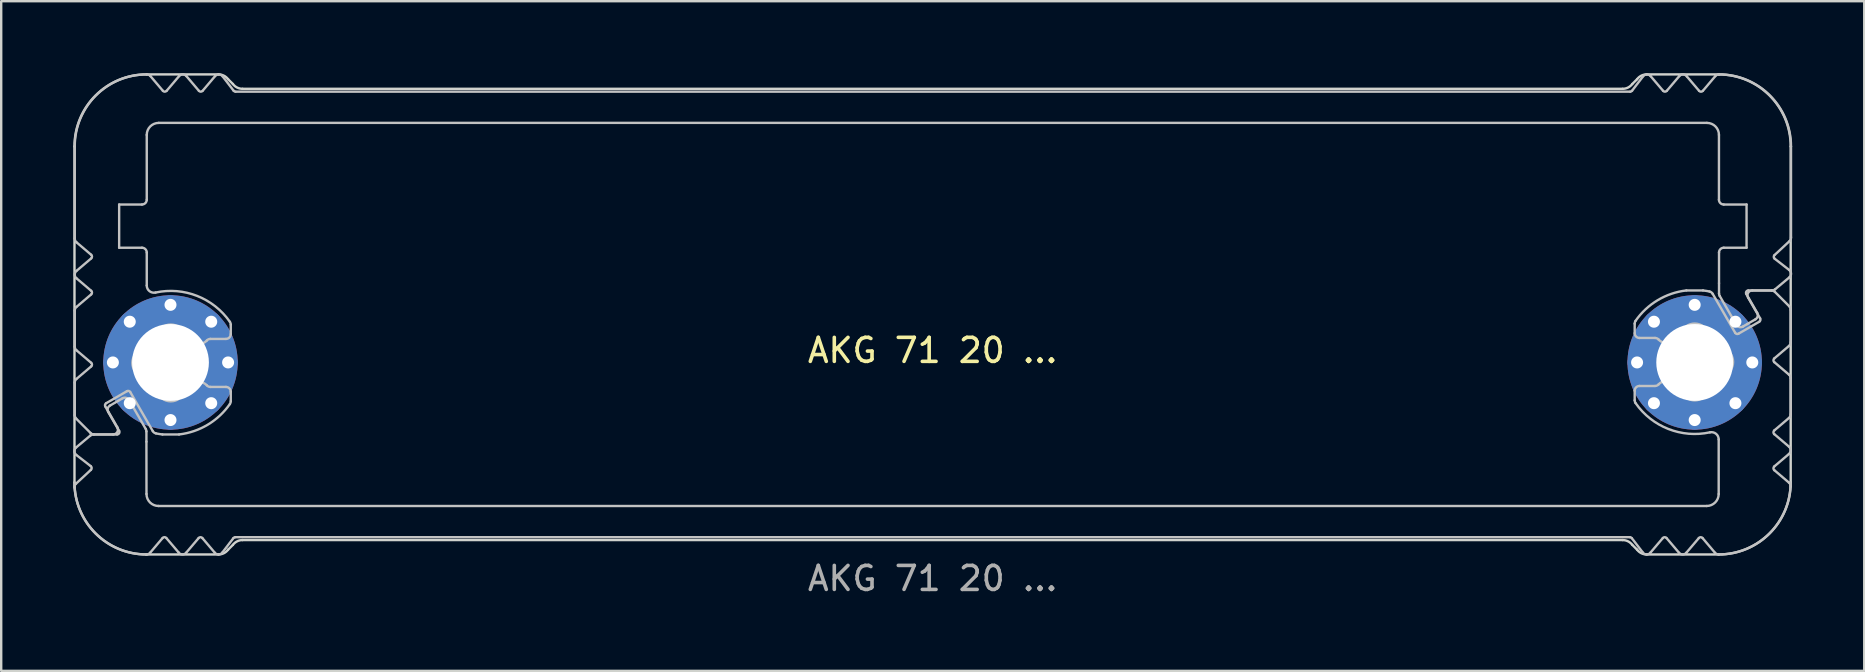
<source format=kicad_pcb>
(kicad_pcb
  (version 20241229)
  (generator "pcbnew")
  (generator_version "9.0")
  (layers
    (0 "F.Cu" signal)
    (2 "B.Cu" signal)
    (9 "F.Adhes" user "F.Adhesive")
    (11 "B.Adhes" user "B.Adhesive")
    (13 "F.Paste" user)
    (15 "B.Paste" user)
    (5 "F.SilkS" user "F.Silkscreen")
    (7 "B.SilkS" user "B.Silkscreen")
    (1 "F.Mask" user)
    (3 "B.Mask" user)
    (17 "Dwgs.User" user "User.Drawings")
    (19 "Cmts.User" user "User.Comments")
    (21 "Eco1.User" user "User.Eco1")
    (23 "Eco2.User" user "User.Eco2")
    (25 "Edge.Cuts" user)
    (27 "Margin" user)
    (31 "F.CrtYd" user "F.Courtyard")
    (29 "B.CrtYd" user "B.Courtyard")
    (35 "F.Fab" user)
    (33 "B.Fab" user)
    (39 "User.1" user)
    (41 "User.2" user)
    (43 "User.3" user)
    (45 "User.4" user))
  (footprint "AKG 71 20 ..."
    (layer "F.Cu")
    (at 35.803 12.05)
    (property "Reference" "AKG 71 20 ..." (at 0 -0.5 0) (unlocked yes) (layer "F.SilkS") (effects (font (size 1 1) (thickness 0.15))))
    (attr exclude_from_pos_files dnp)
    (fp_poly (pts (xy -29.15 -11.3) (xy -4.25 -11.3) (xy -4.25 -10) (xy -32.75 -10) (xy -32.75 -12) (xy -32.05 -11.2) (xy -31.3 -12) (xy -30.55 -11.2) (xy -29.8 -12)) (stroke (width 0.1) (type solid)) (fill yes) (layer "B.Mask"))
    (fp_poly (pts (xy -29.1 7.3) (xy -4.2 7.3) (xy -4.2 6) (xy -32.7 6) (xy -32.7 8) (xy -32 7.2) (xy -31.25 8) (xy -30.5 7.2) (xy -29.75 8)) (stroke (width 0.1) (type solid)) (fill yes) (layer "B.Mask"))
    (fp_poly (pts (xy 29.104 -11.3) (xy -4.296 -11.3) (xy -4.296 -10) (xy 32.704 -10) (xy 32.704 -12) (xy 32.004 -11.2) (xy 31.254 -12) (xy 30.504 -11.2) (xy 29.754 -12)) (stroke (width 0.1) (type solid)) (fill yes) (layer "B.Mask"))
    (fp_poly (pts (xy 29.104 7.3) (xy -4.296 7.3) (xy -4.296 6) (xy 32.704 6) (xy 32.704 8) (xy 32.004 7.2) (xy 31.254 8) (xy 30.504 7.2) (xy 29.754 8)) (stroke (width 0.1) (type solid)) (fill yes) (layer "B.Mask"))
    (fp_poly (pts (xy -32.796 6.7) (xy -32.796 4.7) (xy -32.796 0.1) (xy -34.896 0.1) (xy -35.696 0.8) (xy -35.696 2.2) (xy -34.896 3) (xy -35.696 3.7) (xy -34.896 4.4) (xy -35.696 5.1) (xy -35.696 8) (xy -32.796 8)) (stroke (width 0.1) (type solid)) (fill yes) (layer "B.Mask"))
    (fp_poly (pts (xy 32.804 6.7) (xy 32.804 4.7) (xy 32.804 -0.1) (xy 34.904 -0.1) (xy 35.704 0.6) (xy 35.704 2.2) (xy 34.804 2.9) (xy 35.704 3.7) (xy 34.904 4.4) (xy 35.704 5.1) (xy 35.704 8) (xy 32.804 8)) (stroke (width 0.1) (type solid)) (fill yes) (layer "B.Mask"))
    (fp_poly (pts (xy -32.796 -6.7) (xy -33.896 -6.7) (xy -33.896 -4.7) (xy -32.796 -4.7) (xy -32.796 0.1) (xy -34.896 0.1) (xy -35.696 -0.6) (xy -35.696 -2.2) (xy -34.796 -2.9) (xy -35.696 -3.7) (xy -34.896 -4.4) (xy -35.696 -5.1) (xy -35.696 -12) (xy -32.796 -12)) (stroke (width 0.1) (type solid)) (fill yes) (layer "B.Mask"))
    (fp_poly (pts (xy 32.804 -6.7) (xy 33.904 -6.7) (xy 33.904 -4.7) (xy 32.804 -4.7) (xy 32.804 -0.1) (xy 34.904 -0.1) (xy 35.704 -0.8) (xy 35.704 -2.2) (xy 34.904 -3) (xy 35.704 -3.7) (xy 34.904 -4.4) (xy 35.704 -5.1) (xy 35.704 -12) (xy 32.804 -12)) (stroke (width 0.1) (type solid)) (fill yes) (layer "B.Mask"))
    (fp_line (start -35.739 -0.66) (end -35.739 -2.16) (stroke (width 0.1) (type solid)) (layer "Dwgs.User"))
    (fp_line (start -35.739 2.197) (end -35.739 0.84) (stroke (width 0.1) (type solid)) (layer "Dwgs.User"))
    (fp_line (start -35.739 -5.171) (end -35.739 -9) (stroke (width 0.1) (type solid)) (layer "Dwgs.User"))
    (fp_line (start -35.689 5.053) (end -35.065 4.473) (stroke (width 0.1) (type solid)) (layer "Dwgs.User"))
    (fp_line (start -35.683 3.543) (end -35.089 3.046) (stroke (width 0.1) (type solid)) (layer "Dwgs.User"))
    (fp_line (start -35.669 -3.812) (end -35.055 -4.334) (stroke (width 0.1) (type solid)) (layer "Dwgs.User"))
    (fp_line (start -35.669 -2.312) (end -35.055 -2.834) (stroke (width 0.1) (type solid)) (layer "Dwgs.User"))
    (fp_line (start -35.669 0.688) (end -35.055 0.166) (stroke (width 0.1) (type solid)) (layer "Dwgs.User"))
    (fp_line (start -35.078 2.941) (end -35.681 2.339) (stroke (width 0.1) (type solid)) (layer "Dwgs.User"))
    (fp_line (start -35.072 4.321) (end -35.675 3.853) (stroke (width 0.1) (type solid)) (layer "Dwgs.User"))
    (fp_line (start -35.055 -4.486) (end -35.669 -5.008) (stroke (width 0.1) (type solid)) (layer "Dwgs.User"))
    (fp_line (start -35.055 -2.986) (end -35.669 -3.508) (stroke (width 0.1) (type solid)) (layer "Dwgs.User"))
    (fp_line (start -35.055 0.014) (end -35.669 -0.508) (stroke (width 0.1) (type solid)) (layer "Dwgs.User"))
    (fp_line (start -34.96 3) (end -33.977 3) (stroke (width 0.1) (type solid)) (layer "Dwgs.User"))
    (fp_line (start -34.466 1.834) (end -33.966 2.7) (stroke (width 0.1) (type solid)) (layer "Dwgs.User"))
    (fp_line (start -34.268 1.795) (end -33.933 1.602) (stroke (width 0.1) (type solid)) (layer "Dwgs.User"))
    (fp_line (start -34.139 3) (end -34.936 3) (stroke (width 0.1) (type solid)) (layer "Dwgs.User"))
    (fp_line (start -33.933 1.602) (end -33.749 1.495) (stroke (width 0.1) (type solid)) (layer "Dwgs.User"))
    (fp_line (start -33.89 2.85) (end -34.342 2.068) (stroke (width 0.1) (type solid)) (layer "Dwgs.User"))
    (fp_line (start -33.889 -6.58) (end -33.889 -4.78) (stroke (width 0.1) (type solid)) (layer "Dwgs.User"))
    (fp_line (start -33.889 -4.78) (end -32.939 -4.78) (stroke (width 0.1) (type solid)) (layer "Dwgs.User"))
    (fp_line (start -33.563 1.197) (end -34.429 1.697) (stroke (width 0.1) (type solid)) (layer "Dwgs.User"))
    (fp_line (start -33.475 1.568) (end -32.78 2.773) (stroke (width 0.1) (type solid)) (layer "Dwgs.User"))
    (fp_line (start -32.939 -6.58) (end -33.889 -6.58) (stroke (width 0.1) (type solid)) (layer "Dwgs.User"))
    (fp_line (start -32.753 2.873) (end -32.753 3.3) (stroke (width 0.1) (type solid)) (layer "Dwgs.User"))
    (fp_line (start -32.753 3.305) (end -32.75 5.48) (stroke (width 0.1) (type solid)) (layer "Dwgs.User"))
    (fp_line (start -32.752 8) (end -32.752 8) (stroke (width 0.1) (type solid)) (layer "Dwgs.User"))
    (fp_line (start -32.751 8) (end -32.752 8) (stroke (width 0.1) (type solid)) (layer "Dwgs.User"))
    (fp_line (start -32.739 -9.48) (end -32.739 -6.78) (stroke (width 0.1) (type solid)) (layer "Dwgs.User"))
    (fp_line (start -32.739 -4.58) (end -32.739 -3.205) (stroke (width 0.1) (type solid)) (layer "Dwgs.User"))
    (fp_line (start -32.586 -11.929) (end -32.065 -11.315) (stroke (width 0.1) (type solid)) (layer "Dwgs.User"))
    (fp_line (start -32.488 2.86) (end -33.427 1.234) (stroke (width 0.1) (type solid)) (layer "Dwgs.User"))
    (fp_line (start -32.25 5.98) (end 32.25 5.98) (stroke (width 0.1) (type solid)) (layer "Dwgs.User"))
    (fp_line (start -32.079 7.315) (end -32.599 7.929) (stroke (width 0.1) (type solid)) (layer "Dwgs.User"))
    (fp_line (start -31.913 -11.315) (end -31.392 -11.929) (stroke (width 0.1) (type solid)) (layer "Dwgs.User"))
    (fp_line (start -31.414 7.914) (end -31.924 7.315) (stroke (width 0.1) (type solid)) (layer "Dwgs.User"))
    (fp_line (start -31.393 3) (end -32.085 3) (stroke (width 0.1) (type solid)) (layer "Dwgs.User"))
    (fp_line (start -31.087 -11.929) (end -30.565 -11.315) (stroke (width 0.1) (type solid)) (layer "Dwgs.User"))
    (fp_line (start -30.576 7.315) (end -31.098 7.929) (stroke (width 0.1) (type solid)) (layer "Dwgs.User"))
    (fp_line (start -30.413 -11.315) (end -29.892 -11.929) (stroke (width 0.1) (type solid)) (layer "Dwgs.User"))
    (fp_line (start -30.088 1.02) (end -29.439 1.02) (stroke (width 0.1) (type solid)) (layer "Dwgs.User"))
    (fp_line (start -29.903 7.929) (end -30.424 7.315) (stroke (width 0.1) (type solid)) (layer "Dwgs.User"))
    (fp_line (start -29.58 -11.922) (end -29.119 -11.319) (stroke (width 0.1) (type solid)) (layer "Dwgs.User"))
    (fp_line (start -29.439 -0.98) (end -30.088 -0.98) (stroke (width 0.1) (type solid)) (layer "Dwgs.User"))
    (fp_line (start -29.239 -1.577) (end -29.239 -1.18) (stroke (width 0.1) (type solid)) (layer "Dwgs.User"))
    (fp_line (start -29.239 1.22) (end -29.239 1.617) (stroke (width 0.1) (type solid)) (layer "Dwgs.User"))
    (fp_line (start -29.129 7.319) (end -29.591 7.922) (stroke (width 0.1) (type solid)) (layer "Dwgs.User"))
    (fp_line (start -29.039 -11.28) (end 29.061 -11.28) (stroke (width 0.1) (type solid)) (layer "Dwgs.User"))
    (fp_line (start 29.05 7.28) (end -29.05 7.28) (stroke (width 0.1) (type solid)) (layer "Dwgs.User"))
    (fp_line (start 29.14 -11.319) (end 29.602 -11.922) (stroke (width 0.1) (type solid)) (layer "Dwgs.User"))
    (fp_line (start 29.25 -1.22) (end 29.25 -1.617) (stroke (width 0.1) (type solid)) (layer "Dwgs.User"))
    (fp_line (start 29.25 1.577) (end 29.25 1.18) (stroke (width 0.1) (type solid)) (layer "Dwgs.User"))
    (fp_line (start 29.45 0.98) (end 30.099 0.98) (stroke (width 0.1) (type solid)) (layer "Dwgs.User"))
    (fp_line (start 29.591 7.922) (end 29.129 7.319) (stroke (width 0.1) (type solid)) (layer "Dwgs.User"))
    (fp_line (start 29.913 -11.929) (end 30.435 -11.315) (stroke (width 0.1) (type solid)) (layer "Dwgs.User"))
    (fp_line (start 30.099 -1.02) (end 29.45 -1.02) (stroke (width 0.1) (type solid)) (layer "Dwgs.User"))
    (fp_line (start 30.424 7.315) (end 29.902 7.929) (stroke (width 0.1) (type solid)) (layer "Dwgs.User"))
    (fp_line (start 30.587 -11.315) (end 31.108 -11.929) (stroke (width 0.1) (type solid)) (layer "Dwgs.User"))
    (fp_line (start 31.097 7.929) (end 30.576 7.315) (stroke (width 0.1) (type solid)) (layer "Dwgs.User"))
    (fp_line (start 31.404 -3) (end 32.096 -3) (stroke (width 0.1) (type solid)) (layer "Dwgs.User"))
    (fp_line (start 31.425 -11.914) (end 31.935 -11.315) (stroke (width 0.1) (type solid)) (layer "Dwgs.User"))
    (fp_line (start 31.924 7.315) (end 31.402 7.929) (stroke (width 0.1) (type solid)) (layer "Dwgs.User"))
    (fp_line (start 32.09 -11.315) (end 32.61 -11.929) (stroke (width 0.1) (type solid)) (layer "Dwgs.User"))
    (fp_line (start 32.261 -9.98) (end -32.239 -9.98) (stroke (width 0.1) (type solid)) (layer "Dwgs.User"))
    (fp_line (start 32.499 -2.86) (end 33.438 -1.234) (stroke (width 0.1) (type solid)) (layer "Dwgs.User"))
    (fp_line (start 32.596 7.929) (end 32.076 7.315) (stroke (width 0.1) (type solid)) (layer "Dwgs.User"))
    (fp_line (start 32.75 5.48) (end 32.75 3.205) (stroke (width 0.1) (type solid)) (layer "Dwgs.User"))
    (fp_line (start 32.761 -6.78) (end 32.761 -9.48) (stroke (width 0.1) (type solid)) (layer "Dwgs.User"))
    (fp_line (start 32.762 -12) (end 32.762 -12) (stroke (width 0.1) (type solid)) (layer "Dwgs.User"))
    (fp_line (start 32.762 -12) (end 32.763 -12) (stroke (width 0.1) (type solid)) (layer "Dwgs.User"))
    (fp_line (start 32.764 -3.305) (end 32.764 -4.58) (stroke (width 0.1) (type solid)) (layer "Dwgs.User"))
    (fp_line (start 32.764 -2.873) (end 32.764 -3.3) (stroke (width 0.1) (type solid)) (layer "Dwgs.User"))
    (fp_line (start 32.964 -4.78) (end 33.911 -4.78) (stroke (width 0.1) (type solid)) (layer "Dwgs.User"))
    (fp_line (start 33.486 -1.568) (end 32.791 -2.773) (stroke (width 0.1) (type solid)) (layer "Dwgs.User"))
    (fp_line (start 33.574 -1.197) (end 34.44 -1.697) (stroke (width 0.1) (type solid)) (layer "Dwgs.User"))
    (fp_line (start 33.901 -2.85) (end 34.352 -2.068) (stroke (width 0.1) (type solid)) (layer "Dwgs.User"))
    (fp_line (start 33.911 -6.58) (end 32.961 -6.58) (stroke (width 0.1) (type solid)) (layer "Dwgs.User"))
    (fp_line (start 33.911 -4.78) (end 33.911 -6.58) (stroke (width 0.1) (type solid)) (layer "Dwgs.User"))
    (fp_line (start 33.944 -1.602) (end 33.759 -1.495) (stroke (width 0.1) (type solid)) (layer "Dwgs.User"))
    (fp_line (start 34.15 -3) (end 34.947 -3) (stroke (width 0.1) (type solid)) (layer "Dwgs.User"))
    (fp_line (start 34.279 -1.795) (end 33.944 -1.602) (stroke (width 0.1) (type solid)) (layer "Dwgs.User"))
    (fp_line (start 34.477 -1.834) (end 33.977 -2.7) (stroke (width 0.1) (type solid)) (layer "Dwgs.User"))
    (fp_line (start 34.971 -3) (end 33.988 -3) (stroke (width 0.1) (type solid)) (layer "Dwgs.User"))
    (fp_line (start 35.065 -0.014) (end 35.679 0.508) (stroke (width 0.1) (type solid)) (layer "Dwgs.User"))
    (fp_line (start 35.065 2.986) (end 35.679 3.508) (stroke (width 0.1) (type solid)) (layer "Dwgs.User"))
    (fp_line (start 35.065 4.486) (end 35.679 5.008) (stroke (width 0.1) (type solid)) (layer "Dwgs.User"))
    (fp_line (start 35.083 -4.321) (end 35.686 -3.853) (stroke (width 0.1) (type solid)) (layer "Dwgs.User"))
    (fp_line (start 35.089 -2.941) (end 35.691 -2.339) (stroke (width 0.1) (type solid)) (layer "Dwgs.User"))
    (fp_line (start 35.679 -0.688) (end 35.065 -0.166) (stroke (width 0.1) (type solid)) (layer "Dwgs.User"))
    (fp_line (start 35.679 2.312) (end 35.065 2.834) (stroke (width 0.1) (type solid)) (layer "Dwgs.User"))
    (fp_line (start 35.679 3.812) (end 35.065 4.334) (stroke (width 0.1) (type solid)) (layer "Dwgs.User"))
    (fp_line (start 35.693 -3.543) (end 35.099 -3.047) (stroke (width 0.1) (type solid)) (layer "Dwgs.User"))
    (fp_line (start 35.7 -5.053) (end 35.076 -4.473) (stroke (width 0.1) (type solid)) (layer "Dwgs.User"))
    (fp_line (start 35.75 -2.197) (end 35.75 -0.84) (stroke (width 0.1) (type solid)) (layer "Dwgs.User"))
    (fp_line (start 35.75 0.66) (end 35.75 2.16) (stroke (width 0.1) (type solid)) (layer "Dwgs.User"))
    (fp_line (start 35.763 -9) (end 35.763 -5.215) (stroke (width 0.1) (type solid)) (layer "Dwgs.User"))
    (fp_arc (start -35.752431 5.214496) (mid -35.73921 5.126511) (end -35.689103 5.05299) (stroke (width 0.1) (type solid)) (layer "Dwgs.User"))
    (fp_arc (start -35.73919 -2.16003) (mid -35.720691 -2.24403) (end -35.668628 -2.312496) (stroke (width 0.1) (type solid)) (layer "Dwgs.User"))
    (fp_arc (start -35.73919 0.83997) (mid -35.720691 0.75597) (end -35.668628 0.687504) (stroke (width 0.1) (type solid)) (layer "Dwgs.User"))
    (fp_arc (start -35.738629 -9.00003) (mid -34.859776 -11.121528) (end -32.738132 -12.00003) (stroke (width 0.1) (type solid)) (layer "Dwgs.User"))
    (fp_arc (start -35.680611 2.338548) (mid -35.723952 2.273658) (end -35.73919 2.197127) (stroke (width 0.1) (type solid)) (layer "Dwgs.User"))
    (fp_arc (start -35.675499 3.853059) (mid -35.752937 3.699538) (end -35.682592 3.542641) (stroke (width 0.1) (type solid)) (layer "Dwgs.User"))
    (fp_arc (start -35.668628 -5.007564) (mid -35.723021 -5.081251) (end -35.738863 -5.171459) (stroke (width 0.1) (type solid)) (layer "Dwgs.User"))
    (fp_arc (start -35.668628 -3.507564) (mid -35.739188 -3.66003) (end -35.668628 -3.812496) (stroke (width 0.1) (type solid)) (layer "Dwgs.User"))
    (fp_arc (start -35.668628 -0.507564) (mid -35.720694 -0.576029) (end -35.73919 -0.66003) (stroke (width 0.1) (type solid)) (layer "Dwgs.User"))
    (fp_arc (start -35.088668 3.046481) (mid -35.028648 3.011946) (end -34.960445 2.99997) (stroke (width 0.1) (type solid)) (layer "Dwgs.User"))
    (fp_arc (start -35.071739 4.320925) (mid -35.033088 4.395508) (end -35.064937 4.473239) (stroke (width 0.1) (type solid)) (layer "Dwgs.User"))
    (fp_arc (start -35.054583 -4.486263) (mid -35.019295 -4.41003) (end -35.054583 -4.333797) (stroke (width 0.1) (type solid)) (layer "Dwgs.User"))
    (fp_arc (start -35.054583 -2.986263) (mid -35.019295 -2.91003) (end -35.054583 -2.833797) (stroke (width 0.1) (type solid)) (layer "Dwgs.User"))
    (fp_arc (start -35.054583 0.013737) (mid -35.019295 0.08997) (end -35.054583 0.166203) (stroke (width 0.1) (type solid)) (layer "Dwgs.User"))
    (fp_arc (start -34.936347 2.99997) (mid -35.012877 2.984729) (end -35.077769 2.941391) (stroke (width 0.1) (type solid)) (layer "Dwgs.User"))
    (fp_arc (start -34.465985 1.833944) (mid -34.475952 1.758068) (end -34.429382 1.697342) (stroke (width 0.1) (type solid)) (layer "Dwgs.User"))
    (fp_arc (start -34.341514 2.068343) (mid -34.361468 1.916586) (end -34.268309 1.795138) (stroke (width 0.1) (type solid)) (layer "Dwgs.User"))
    (fp_arc (start -33.965985 2.69997) (mid -33.965978 2.899974) (end -34.13919 2.99997) (stroke (width 0.1) (type solid)) (layer "Dwgs.User"))
    (fp_arc (start -33.890241 2.84997) (mid -33.890233 2.949975) (end -33.976844 2.99997) (stroke (width 0.1) (type solid)) (layer "Dwgs.User"))
    (fp_arc (start -33.748694 1.495138) (mid -33.596932 1.475166) (end -33.475489 1.568343) (stroke (width 0.1) (type solid)) (layer "Dwgs.User"))
    (fp_arc (start -33.563357 1.197342) (mid -33.487485 1.187387) (end -33.426754 1.233944) (stroke (width 0.1) (type solid)) (layer "Dwgs.User"))
    (fp_arc (start -32.93919 -4.78003) (mid -32.797772 -4.721448) (end -32.73919 -4.58003) (stroke (width 0.1) (type solid)) (layer "Dwgs.User"))
    (fp_arc (start -32.90419 -0.556897) (mid -32.658426 -0.899266) (end -32.316057 -1.14503) (stroke (width 0.1) (type solid)) (layer "Dwgs.User"))
    (fp_arc (start -32.90419 0.596836) (mid -33.339189 0.01997) (end -32.90419 -0.556897) (stroke (width 0.1) (type solid)) (layer "Dwgs.User"))
    (fp_arc (start -32.779787 2.773333) (mid -32.759797 2.821567) (end -32.752992 2.873333) (stroke (width 0.1) (type solid)) (layer "Dwgs.User"))
    (fp_arc (start -32.751935 7.99997) (mid -34.873559 7.121448) (end -35.752431 4.99997) (stroke (width 0.1) (type solid)) (layer "Dwgs.User"))
    (fp_arc (start -32.73919 -9.48003) (mid -32.592738 -9.833578) (end -32.23919 -9.98003) (stroke (width 0.1) (type solid)) (layer "Dwgs.User"))
    (fp_arc (start -32.73919 -6.78003) (mid -32.797762 -6.638602) (end -32.93919 -6.58003) (stroke (width 0.1) (type solid)) (layer "Dwgs.User"))
    (fp_arc (start -32.738132 -12.00003) (mid -32.654059 -11.98147) (end -32.585563 -11.929306) (stroke (width 0.1) (type solid)) (layer "Dwgs.User"))
    (fp_arc (start -32.599192 7.929246) (mid -32.667408 7.9813) (end -32.751161 7.999969) (stroke (width 0.1) (type solid)) (layer "Dwgs.User"))
    (fp_arc (start -32.375554 -2.911761) (mid -32.627487 -2.97138) (end -32.73919 -3.204934) (stroke (width 0.1) (type solid)) (layer "Dwgs.User"))
    (fp_arc (start -32.375554 -2.911761) (mid -30.640142 -2.771458) (end -29.274904 -1.690965) (stroke (width 0.1) (type solid)) (layer "Dwgs.User"))
    (fp_arc (start -32.355732 2.955932) (mid -32.431984 2.922143) (end -32.487834 2.860201) (stroke (width 0.1) (type solid)) (layer "Dwgs.User"))
    (fp_arc (start -32.316057 -1.14503) (mid -31.73919 -1.58003) (end -31.162323 -1.14503) (stroke (width 0.1) (type solid)) (layer "Dwgs.User"))
    (fp_arc (start -32.316057 1.18497) (mid -32.65843 0.939209) (end -32.90419 0.596836) (stroke (width 0.1) (type solid)) (layer "Dwgs.User"))
    (fp_arc (start -32.250049 5.97997) (mid -32.603577 5.833498) (end -32.750049 5.47997) (stroke (width 0.1) (type solid)) (layer "Dwgs.User"))
    (fp_arc (start -32.085022 2.99997) (mid -32.220881 2.981048) (end -32.355732 2.955932) (stroke (width 0.1) (type solid)) (layer "Dwgs.User"))
    (fp_arc (start -32.079121 7.315332) (mid -32.001541 7.278264) (end -31.923885 7.315171) (stroke (width 0.1) (type solid)) (layer "Dwgs.User"))
    (fp_arc (start -31.912951 -11.315318) (mid -31.989181 -11.280019) (end -32.065417 -11.315305) (stroke (width 0.1) (type solid)) (layer "Dwgs.User"))
    (fp_arc (start -31.391667 -11.929455) (mid -31.23919 -12.000029) (end -31.086712 -11.929455) (stroke (width 0.1) (type solid)) (layer "Dwgs.User"))
    (fp_arc (start -31.162323 -1.14503) (mid -30.980199 -1.035459) (end -30.818362 -0.897677) (stroke (width 0.1) (type solid)) (layer "Dwgs.User"))
    (fp_arc (start -31.162323 1.18497) (mid -31.73919 1.61997) (end -32.316057 1.18497) (stroke (width 0.1) (type solid)) (layer "Dwgs.User"))
    (fp_arc (start -31.097571 7.929394) (mid -31.259557 7.999707) (end -31.414131 7.914325) (stroke (width 0.1) (type solid)) (layer "Dwgs.User"))
    (fp_arc (start -30.818362 0.937617) (mid -30.980203 1.075392) (end -31.162323 1.18497) (stroke (width 0.1) (type solid)) (layer "Dwgs.User"))
    (fp_arc (start -30.818362 0.937617) (mid -30.524243 0.820096) (end -30.236888 0.953303) (stroke (width 0.1) (type solid)) (layer "Dwgs.User"))
    (fp_arc (start -30.576288 7.315258) (mid -30.500049 7.27997) (end -30.42381 7.315258) (stroke (width 0.1) (type solid)) (layer "Dwgs.User"))
    (fp_arc (start -30.412951 -11.315318) (mid -30.48919 -11.28003) (end -30.565429 -11.315318) (stroke (width 0.1) (type solid)) (layer "Dwgs.User"))
    (fp_arc (start -30.236888 -0.913364) (mid -30.524244 -0.780195) (end -30.818362 -0.897677) (stroke (width 0.1) (type solid)) (layer "Dwgs.User"))
    (fp_arc (start -30.236888 -0.913364) (mid -30.169468 -0.962607) (end -30.087817 -0.98003) (stroke (width 0.1) (type solid)) (layer "Dwgs.User"))
    (fp_arc (start -30.087817 1.01997) (mid -30.169464 1.002537) (end -30.236888 0.953303) (stroke (width 0.1) (type solid)) (layer "Dwgs.User"))
    (fp_arc (start -29.891667 -11.929455) (mid -29.734216 -11.999958) (end -29.580466 -11.921713) (stroke (width 0.1) (type solid)) (layer "Dwgs.User"))
    (fp_arc (start -29.591325 7.921653) (mid -29.745076 7.999873) (end -29.902527 7.929394) (stroke (width 0.1) (type solid)) (layer "Dwgs.User"))
    (fp_arc (start -29.43919 1.01997) (mid -29.297772 1.078552) (end -29.23919 1.21997) (stroke (width 0.1) (type solid)) (layer "Dwgs.User"))
    (fp_arc (start -29.274904 -1.690965) (mid -29.248333 -1.636662) (end -29.23919 -1.576902) (stroke (width 0.1) (type solid)) (layer "Dwgs.User"))
    (fp_arc (start -29.274904 1.730904) (mid -30.197492 2.593529) (end -31.393358 2.99997) (stroke (width 0.1) (type solid)) (layer "Dwgs.User"))
    (fp_arc (start -29.23919 -1.18003) (mid -29.297762 -1.038602) (end -29.43919 -0.98003) (stroke (width 0.1) (type solid)) (layer "Dwgs.User"))
    (fp_arc (start -29.23919 1.616842) (mid -29.248317 1.676607) (end -29.274904 1.730904) (stroke (width 0.1) (type solid)) (layer "Dwgs.User"))
    (fp_arc (start -29.129411 7.319129) (mid -29.094304 7.290279) (end -29.050049 7.27997) (stroke (width 0.1) (type solid)) (layer "Dwgs.User"))
    (fp_arc (start -29.03919 -11.28003) (mid -29.08344 -11.29035) (end -29.118552 -11.319189) (stroke (width 0.1) (type solid)) (layer "Dwgs.User"))
    (fp_arc (start 29.049951 7.27997) (mid 29.094216 7.290273) (end 29.129313 7.319129) (stroke (width 0.1) (type solid)) (layer "Dwgs.User"))
    (fp_arc (start 29.140172 -11.319189) (mid 29.105063 -11.290348) (end 29.06081 -11.28003) (stroke (width 0.1) (type solid)) (layer "Dwgs.User"))
    (fp_arc (start 29.249951 -1.616902) (mid 29.259087 -1.676664) (end 29.285665 -1.730964) (stroke (width 0.1) (type solid)) (layer "Dwgs.User"))
    (fp_arc (start 29.249951 1.17997) (mid 29.308508 1.038521) (end 29.449951 0.97997) (stroke (width 0.1) (type solid)) (layer "Dwgs.User"))
    (fp_arc (start 29.285665 -1.730964) (mid 30.208253 -2.593587) (end 31.404119 -3.00003) (stroke (width 0.1) (type solid)) (layer "Dwgs.User"))
    (fp_arc (start 29.285665 1.690905) (mid 29.259084 1.636606) (end 29.249951 1.576842) (stroke (width 0.1) (type solid)) (layer "Dwgs.User"))
    (fp_arc (start 29.449951 -1.02003) (mid 29.308537 -1.078622) (end 29.249951 -1.22003) (stroke (width 0.1) (type solid)) (layer "Dwgs.User"))
    (fp_arc (start 29.602086 -11.921713) (mid 29.755833 -11.999949) (end 29.913288 -11.929455) (stroke (width 0.1) (type solid)) (layer "Dwgs.User"))
    (fp_arc (start 29.902429 7.929394) (mid 29.744997 7.99981) (end 29.591227 7.921653) (stroke (width 0.1) (type solid)) (layer "Dwgs.User"))
    (fp_arc (start 30.098578 -1.02003) (mid 30.180228 -1.002607) (end 30.247649 -0.953363) (stroke (width 0.1) (type solid)) (layer "Dwgs.User"))
    (fp_arc (start 30.247649 0.913304) (mid 30.180214 0.962507) (end 30.098578 0.97997) (stroke (width 0.1) (type solid)) (layer "Dwgs.User"))
    (fp_arc (start 30.247649 0.913304) (mid 30.535007 0.78012) (end 30.829123 0.897617) (stroke (width 0.1) (type solid)) (layer "Dwgs.User"))
    (fp_arc (start 30.423712 7.315258) (mid 30.499951 7.27997) (end 30.57619 7.315258) (stroke (width 0.1) (type solid)) (layer "Dwgs.User"))
    (fp_arc (start 30.587049 -11.315318) (mid 30.51081 -11.28003) (end 30.434571 -11.315318) (stroke (width 0.1) (type solid)) (layer "Dwgs.User"))
    (fp_arc (start 30.829123 -0.937677) (mid 30.535008 -0.820173) (end 30.247649 -0.953363) (stroke (width 0.1) (type solid)) (layer "Dwgs.User"))
    (fp_arc (start 30.829123 -0.937677) (mid 30.990963 -1.075455) (end 31.173084 -1.18503) (stroke (width 0.1) (type solid)) (layer "Dwgs.User"))
    (fp_arc (start 31.108333 -11.929455) (mid 31.270316 -11.999785) (end 31.424892 -11.914385) (stroke (width 0.1) (type solid)) (layer "Dwgs.User"))
    (fp_arc (start 31.173084 -1.18503) (mid 31.749951 -1.62003) (end 32.326818 -1.18503) (stroke (width 0.1) (type solid)) (layer "Dwgs.User"))
    (fp_arc (start 31.173084 1.14497) (mid 30.990968 1.035388) (end 30.829123 0.897617) (stroke (width 0.1) (type solid)) (layer "Dwgs.User"))
    (fp_arc (start 31.402429 7.929394) (mid 31.249951 7.99997) (end 31.097473 7.929394) (stroke (width 0.1) (type solid)) (layer "Dwgs.User"))
    (fp_arc (start 31.923712 7.315258) (mid 31.999959 7.279872) (end 32.076178 7.315245) (stroke (width 0.1) (type solid)) (layer "Dwgs.User"))
    (fp_arc (start 32.089882 -11.315392) (mid 32.012303 -11.278341) (end 31.934646 -11.315231) (stroke (width 0.1) (type solid)) (layer "Dwgs.User"))
    (fp_arc (start 32.095783 -3.00003) (mid 32.231641 -2.981105) (end 32.366493 -2.955992) (stroke (width 0.1) (type solid)) (layer "Dwgs.User"))
    (fp_arc (start 32.26081 -9.98003) (mid 32.614368 -9.833582) (end 32.76081 -9.48003) (stroke (width 0.1) (type solid)) (layer "Dwgs.User"))
    (fp_arc (start 32.326818 -1.18503) (mid 32.669174 -0.939253) (end 32.914951 -0.596896) (stroke (width 0.1) (type solid)) (layer "Dwgs.User"))
    (fp_arc (start 32.326818 1.14497) (mid 31.749951 1.57997) (end 31.173084 1.14497) (stroke (width 0.1) (type solid)) (layer "Dwgs.User"))
    (fp_arc (start 32.366493 -2.955992) (mid 32.44276 -2.922223) (end 32.498595 -2.860261) (stroke (width 0.1) (type solid)) (layer "Dwgs.User"))
    (fp_arc (start 32.386315 2.9117) (mid 30.650893 2.771423) (end 29.285665 1.690905) (stroke (width 0.1) (type solid)) (layer "Dwgs.User"))
    (fp_arc (start 32.386315 2.9117) (mid 32.638259 2.971301) (end 32.749951 3.204873) (stroke (width 0.1) (type solid)) (layer "Dwgs.User"))
    (fp_arc (start 32.609953 -11.929306) (mid 32.678161 -11.98137) (end 32.761922 -12.000029) (stroke (width 0.1) (type solid)) (layer "Dwgs.User"))
    (fp_arc (start 32.748893 7.99997) (mid 32.664809 7.98143) (end 32.596324 7.929246) (stroke (width 0.1) (type solid)) (layer "Dwgs.User"))
    (fp_arc (start 32.749951 5.47997) (mid 32.603518 5.833561) (end 32.249951 5.97997) (stroke (width 0.1) (type solid)) (layer "Dwgs.User"))
    (fp_arc (start 32.762696 -12.00003) (mid 34.884353 -11.12153) (end 35.763192 -9.00003) (stroke (width 0.1) (type solid)) (layer "Dwgs.User"))
    (fp_arc (start 32.763753 -4.58003) (mid 32.822375 -4.721384) (end 32.963753 -4.78003) (stroke (width 0.1) (type solid)) (layer "Dwgs.User"))
    (fp_arc (start 32.790548 -2.773393) (mid 32.770575 -2.821629) (end 32.763753 -2.873393) (stroke (width 0.1) (type solid)) (layer "Dwgs.User"))
    (fp_arc (start 32.914951 -0.596896) (mid 33.349993 -0.02003) (end 32.914951 0.556837) (stroke (width 0.1) (type solid)) (layer "Dwgs.User"))
    (fp_arc (start 32.914951 0.556837) (mid 32.669179 0.899197) (end 32.326818 1.14497) (stroke (width 0.1) (type solid)) (layer "Dwgs.User"))
    (fp_arc (start 32.96081 -6.58003) (mid 32.819393 -6.638607) (end 32.76081 -6.78003) (stroke (width 0.1) (type solid)) (layer "Dwgs.User"))
    (fp_arc (start 33.574118 -1.197402) (mid 33.498228 -1.1874) (end 33.437515 -1.234004) (stroke (width 0.1) (type solid)) (layer "Dwgs.User"))
    (fp_arc (start 33.759455 -1.495198) (mid 33.607708 -1.475259) (end 33.48625 -1.568403) (stroke (width 0.1) (type solid)) (layer "Dwgs.User"))
    (fp_arc (start 33.901002 -2.85003) (mid 33.901034 -2.950025) (end 33.987605 -3.00003) (stroke (width 0.1) (type solid)) (layer "Dwgs.User"))
    (fp_arc (start 33.976746 -2.70003) (mid 33.976772 -2.900014) (end 34.149951 -3.00003) (stroke (width 0.1) (type solid)) (layer "Dwgs.User"))
    (fp_arc (start 34.352275 -2.068403) (mid 34.372261 -1.916639) (end 34.27907 -1.795198) (stroke (width 0.1) (type solid)) (layer "Dwgs.User"))
    (fp_arc (start 34.476746 -1.834004) (mid 34.486734 -1.758118) (end 34.440143 -1.697402) (stroke (width 0.1) (type solid)) (layer "Dwgs.User"))
    (fp_arc (start 34.947108 -3.00003) (mid 35.023645 -2.984805) (end 35.08853 -2.941451) (stroke (width 0.1) (type solid)) (layer "Dwgs.User"))
    (fp_arc (start 35.065344 -0.013797) (mid 35.030134 -0.090019) (end 35.065344 -0.166263) (stroke (width 0.1) (type solid)) (layer "Dwgs.User"))
    (fp_arc (start 35.065344 2.986203) (mid 35.030134 2.909981) (end 35.065344 2.833737) (stroke (width 0.1) (type solid)) (layer "Dwgs.User"))
    (fp_arc (start 35.065344 4.486203) (mid 35.030134 4.409981) (end 35.065344 4.333737) (stroke (width 0.1) (type solid)) (layer "Dwgs.User"))
    (fp_arc (start 35.0825 -4.320985) (mid 35.043932 -4.395559) (end 35.075698 -4.473299) (stroke (width 0.1) (type solid)) (layer "Dwgs.User"))
    (fp_arc (start 35.099429 -3.046541) (mid 35.03941 -3.011993) (end 34.971206 -3.00003) (stroke (width 0.1) (type solid)) (layer "Dwgs.User"))
    (fp_arc (start 35.679389 0.507504) (mid 35.731453 0.57597) (end 35.749951 0.65997) (stroke (width 0.1) (type solid)) (layer "Dwgs.User"))
    (fp_arc (start 35.679389 3.507504) (mid 35.750027 3.659981) (end 35.679389 3.812436) (stroke (width 0.1) (type solid)) (layer "Dwgs.User"))
    (fp_arc (start 35.679389 5.007504) (mid 35.733796 5.081185) (end 35.749624 5.171399) (stroke (width 0.1) (type solid)) (layer "Dwgs.User"))
    (fp_arc (start 35.68626 -3.853119) (mid 35.763781 -3.699588) (end 35.693353 -3.542701) (stroke (width 0.1) (type solid)) (layer "Dwgs.User"))
    (fp_arc (start 35.691372 -2.338608) (mid 35.734723 -2.27372) (end 35.749951 -2.197187) (stroke (width 0.1) (type solid)) (layer "Dwgs.User"))
    (fp_arc (start 35.74939 4.99997) (mid 34.870538 7.121469) (end 32.748893 7.99997) (stroke (width 0.1) (type solid)) (layer "Dwgs.User"))
    (fp_arc (start 35.749951 -0.84003) (mid 35.731456 -0.756032) (end 35.679389 -0.687564) (stroke (width 0.1) (type solid)) (layer "Dwgs.User"))
    (fp_arc (start 35.749951 2.15997) (mid 35.731456 2.243968) (end 35.679389 2.312436) (stroke (width 0.1) (type solid)) (layer "Dwgs.User"))
    (fp_arc (start 35.763192 -5.214556) (mid 35.749926 -5.126586) (end 35.699864 -5.05305) (stroke (width 0.1) (type solid)) (layer "Dwgs.User"))
    (fp_rect (start -33.7 -6.48) (end 33.7 -4.88) (stroke (width 0.1) (type solid)) (fill no) (layer "Eco1.User"))
    (fp_line (start -35.75 -9) (end -35.75 5) (stroke (width 0.1) (type solid)) (layer "Edge.Cuts"))
    (fp_line (start -32.75 -12) (end -29.75 -12) (stroke (width 0.1) (type solid)) (layer "Edge.Cuts"))
    (fp_line (start -32.75 8) (end -29.75 8) (stroke (width 0.1) (type solid)) (layer "Edge.Cuts"))
    (fp_line (start -29.15 -11.6) (end -29.35 -11.8) (stroke (width 0.1) (type solid)) (layer "Edge.Cuts"))
    (fp_line (start -29.15 7.6) (end -29.35 7.8) (stroke (width 0.1) (type solid)) (layer "Edge.Cuts"))
    (fp_line (start -28.75 -11.4) (end 28.75 -11.4) (stroke (width 0.1) (type solid)) (layer "Edge.Cuts"))
    (fp_line (start -28.75 7.4) (end 28.75 7.4) (stroke (width 0.1) (type solid)) (layer "Edge.Cuts"))
    (fp_line (start 29.15 -11.6) (end 29.35 -11.8) (stroke (width 0.1) (type solid)) (layer "Edge.Cuts"))
    (fp_line (start 29.15 7.6) (end 29.35 7.8) (stroke (width 0.1) (type solid)) (layer "Edge.Cuts"))
    (fp_line (start 32.75 -12) (end 29.75 -12) (stroke (width 0.1) (type solid)) (layer "Edge.Cuts"))
    (fp_line (start 32.75 8) (end 29.75 8) (stroke (width 0.1) (type solid)) (layer "Edge.Cuts"))
    (fp_line (start 35.75 -9) (end 35.75 5) (stroke (width 0.1) (type solid)) (layer "Edge.Cuts"))
    (fp_arc (start -35.75 -9) (mid -34.87132 -11.12132) (end -32.75 -12) (stroke (width 0.1) (type solid)) (layer "Edge.Cuts"))
    (fp_arc (start -32.75 8) (mid -34.87132 7.12132) (end -35.75 5) (stroke (width 0.1) (type solid)) (layer "Edge.Cuts"))
    (fp_arc (start -29.75 -12) (mid -29.526393 -11.947214) (end -29.35 -11.8) (stroke (width 0.1) (type solid)) (layer "Edge.Cuts"))
    (fp_arc (start -29.35 7.8) (mid -29.526393 7.947214) (end -29.75 8) (stroke (width 0.1) (type solid)) (layer "Edge.Cuts"))
    (fp_arc (start -29.15 7.6) (mid -28.973607 7.452786) (end -28.75 7.4) (stroke (width 0.1) (type solid)) (layer "Edge.Cuts"))
    (fp_arc (start -28.75 -11.4) (mid -28.973607 -11.452786) (end -29.15 -11.6) (stroke (width 0.1) (type solid)) (layer "Edge.Cuts"))
    (fp_arc (start 28.75 7.4) (mid 28.973607 7.452786) (end 29.15 7.6) (stroke (width 0.1) (type solid)) (layer "Edge.Cuts"))
    (fp_arc (start 29.15 -11.6) (mid 28.973607 -11.452786) (end 28.75 -11.4) (stroke (width 0.1) (type solid)) (layer "Edge.Cuts"))
    (fp_arc (start 29.35 -11.8) (mid 29.526393 -11.947214) (end 29.75 -12) (stroke (width 0.1) (type solid)) (layer "Edge.Cuts"))
    (fp_arc (start 29.75 8) (mid 29.526393 7.947214) (end 29.35 7.8) (stroke (width 0.1) (type solid)) (layer "Edge.Cuts"))
    (fp_arc (start 32.75 -12) (mid 34.87132 -11.12132) (end 35.75 -9) (stroke (width 0.1) (type solid)) (layer "Edge.Cuts"))
    (fp_arc (start 35.75 5) (mid 34.87132 7.12132) (end 32.75 8) (stroke (width 0.1) (type solid)) (layer "Edge.Cuts"))
    (fp_text user "${REFERENCE}" (at 0 9 0) (layer "F.Fab") (effects (font (size 1 1) (thickness 0.15))))
    (pad "1" thru_hole circle (at -34.15 0) (size 0.8 0.8) (drill 0.5) (layers "*.Cu" "*.Mask"))
    (pad "1" thru_hole circle (at -33.447 -1.697) (size 0.8 0.8) (drill 0.5) (layers "*.Cu" "*.Mask"))
    (pad "1" thru_hole circle (at -33.447 1.697) (size 0.8 0.8) (drill 0.5) (layers "*.Cu" "*.Mask"))
    (pad "1" thru_hole circle (at -31.75 -2.4) (size 0.8 0.8) (drill 0.5) (layers "*.Cu" "*.Mask"))
    (pad "1" thru_hole circle (at -31.75 0) (size 5.6 5.6) (drill 3.2) (layers "*.Cu" "*.Mask"))
    (pad "1" thru_hole circle (at -31.75 2.4) (size 0.8 0.8) (drill 0.5) (layers "*.Cu" "*.Mask"))
    (pad "1" thru_hole circle (at -30.053 -1.697) (size 0.8 0.8) (drill 0.5) (layers "*.Cu" "*.Mask"))
    (pad "1" thru_hole circle (at -30.053 1.697) (size 0.8 0.8) (drill 0.5) (layers "*.Cu" "*.Mask"))
    (pad "1" thru_hole circle (at -29.35 0) (size 0.8 0.8) (drill 0.5) (layers "*.Cu" "*.Mask"))
    (pad "1" thru_hole circle (at 29.35 0) (size 0.8 0.8) (drill 0.5) (layers "*.Cu" "*.Mask"))
    (pad "1" thru_hole circle (at 30.053 -1.697) (size 0.8 0.8) (drill 0.5) (layers "*.Cu" "*.Mask"))
    (pad "1" thru_hole circle (at 30.053 1.697) (size 0.8 0.8) (drill 0.5) (layers "*.Cu" "*.Mask"))
    (pad "1" thru_hole circle (at 31.75 -2.4) (size 0.8 0.8) (drill 0.5) (layers "*.Cu" "*.Mask"))
    (pad "1" thru_hole circle (at 31.75 0) (size 5.6 5.6) (drill 3.2) (layers "*.Cu" "*.Mask"))
    (pad "1" thru_hole circle (at 31.75 2.4) (size 0.8 0.8) (drill 0.5) (layers "*.Cu" "*.Mask"))
    (pad "1" thru_hole circle (at 33.447 -1.697) (size 0.8 0.8) (drill 0.5) (layers "*.Cu" "*.Mask"))
    (pad "1" thru_hole circle (at 33.447 1.697) (size 0.8 0.8) (drill 0.5) (layers "*.Cu" "*.Mask"))
    (pad "1" thru_hole circle (at 34.15 0) (size 0.8 0.8) (drill 0.5) (layers "*.Cu" "*.Mask")))
  (gr_rect
    (start -3 -3)
    (end 74.617 24.898)
    (stroke (width 0.1) (type default))
    (fill no)
    (layer "Edge.Cuts")))
</source>
